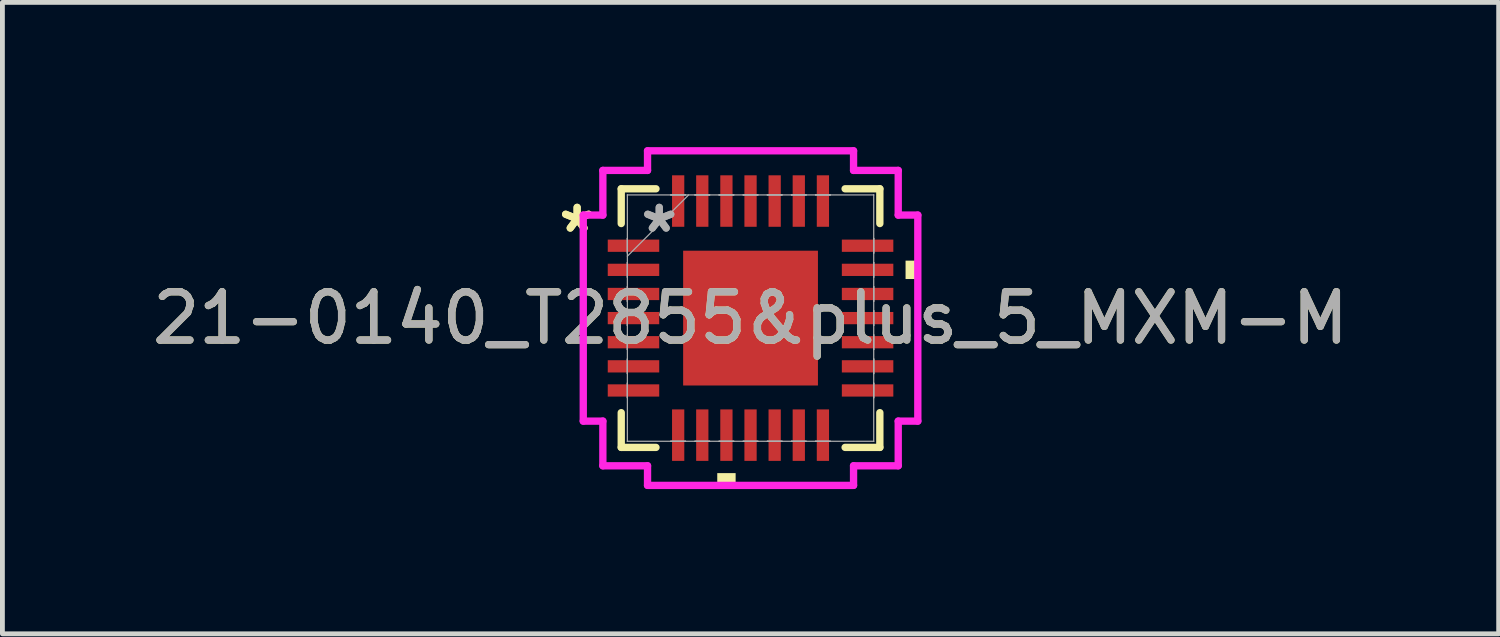
<source format=kicad_pcb>
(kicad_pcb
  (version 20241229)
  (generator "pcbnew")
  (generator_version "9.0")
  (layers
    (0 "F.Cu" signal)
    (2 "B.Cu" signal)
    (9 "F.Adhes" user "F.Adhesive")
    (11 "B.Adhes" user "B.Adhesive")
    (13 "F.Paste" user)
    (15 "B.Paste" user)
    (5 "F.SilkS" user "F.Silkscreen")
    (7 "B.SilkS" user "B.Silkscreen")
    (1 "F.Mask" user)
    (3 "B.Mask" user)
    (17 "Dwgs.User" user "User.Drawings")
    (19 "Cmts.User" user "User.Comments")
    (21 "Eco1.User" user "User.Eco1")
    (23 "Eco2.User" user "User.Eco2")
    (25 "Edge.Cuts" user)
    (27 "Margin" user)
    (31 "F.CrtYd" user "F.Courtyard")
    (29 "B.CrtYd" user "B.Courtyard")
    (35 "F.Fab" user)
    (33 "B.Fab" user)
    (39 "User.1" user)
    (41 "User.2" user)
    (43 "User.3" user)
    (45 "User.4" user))
  (footprint "21-0140_T2855&plus_5_MXM-M"
    (layer "F.Cu")
    (at 12.506 3.543)
    (property "Reference" "21-0140_T2855&plus_5_MXM-M" (at 0 0 0) (unlocked yes) (layer "F.SilkS") (effects (font (size 1 1) (thickness 0.15))))
    (attr smd)
    (fp_line (start -2.68 -2.68) (end -2.68 -1.96) (stroke (width 0.152) (type solid)) (layer "F.SilkS"))
    (fp_line (start -2.68 1.96) (end -2.68 2.68) (stroke (width 0.152) (type solid)) (layer "F.SilkS"))
    (fp_line (start -2.68 2.68) (end -1.96 2.68) (stroke (width 0.152) (type solid)) (layer "F.SilkS"))
    (fp_line (start -1.96 -2.68) (end -2.68 -2.68) (stroke (width 0.152) (type solid)) (layer "F.SilkS"))
    (fp_line (start 1.96 2.68) (end 2.68 2.68) (stroke (width 0.152) (type solid)) (layer "F.SilkS"))
    (fp_line (start 2.68 -2.68) (end 1.96 -2.68) (stroke (width 0.152) (type solid)) (layer "F.SilkS"))
    (fp_line (start 2.68 -1.96) (end 2.68 -2.68) (stroke (width 0.152) (type solid)) (layer "F.SilkS"))
    (fp_line (start 2.68 2.68) (end 2.68 1.96) (stroke (width 0.152) (type solid)) (layer "F.SilkS"))
    (fp_poly (pts (xy -0.69 3.213) (xy -0.69 3.467) (xy -0.309 3.467) (xy -0.309 3.213)) (stroke (width 0) (type solid)) (fill yes) (layer "F.SilkS"))
    (fp_poly (pts (xy 3.467 -1.191) (xy 3.467 -0.81) (xy 3.213 -0.81) (xy 3.213 -1.191)) (stroke (width 0) (type solid)) (fill yes) (layer "F.SilkS"))
    (fp_poly (pts (xy -1.297 -1.297) (xy -1.297 -0.1) (xy -0.1 -0.1) (xy -0.1 -1.297)) (stroke (width 0) (type solid)) (fill yes) (layer "F.Paste"))
    (fp_poly (pts (xy -1.297 0.1) (xy -1.297 1.297) (xy -0.1 1.297) (xy -0.1 0.1)) (stroke (width 0) (type solid)) (fill yes) (layer "F.Paste"))
    (fp_poly (pts (xy 0.1 -1.297) (xy 0.1 -0.1) (xy 1.297 -0.1) (xy 1.297 -1.297)) (stroke (width 0) (type solid)) (fill yes) (layer "F.Paste"))
    (fp_poly (pts (xy 0.1 0.1) (xy 0.1 1.297) (xy 1.297 1.297) (xy 1.297 0.1)) (stroke (width 0) (type solid)) (fill yes) (layer "F.Paste"))
    (fp_line (start -3.467 -2.135) (end -3.061 -2.135) (stroke (width 0.152) (type solid)) (layer "F.CrtYd"))
    (fp_line (start -3.467 2.135) (end -3.467 -2.135) (stroke (width 0.152) (type solid)) (layer "F.CrtYd"))
    (fp_line (start -3.061 -3.061) (end -2.135 -3.061) (stroke (width 0.152) (type solid)) (layer "F.CrtYd"))
    (fp_line (start -3.061 -2.135) (end -3.061 -3.061) (stroke (width 0.152) (type solid)) (layer "F.CrtYd"))
    (fp_line (start -3.061 2.135) (end -3.467 2.135) (stroke (width 0.152) (type solid)) (layer "F.CrtYd"))
    (fp_line (start -3.061 3.061) (end -3.061 2.135) (stroke (width 0.152) (type solid)) (layer "F.CrtYd"))
    (fp_line (start -2.135 -3.467) (end 2.135 -3.467) (stroke (width 0.152) (type solid)) (layer "F.CrtYd"))
    (fp_line (start -2.135 -3.061) (end -2.135 -3.467) (stroke (width 0.152) (type solid)) (layer "F.CrtYd"))
    (fp_line (start -2.135 3.061) (end -3.061 3.061) (stroke (width 0.152) (type solid)) (layer "F.CrtYd"))
    (fp_line (start -2.135 3.467) (end -2.135 3.061) (stroke (width 0.152) (type solid)) (layer "F.CrtYd"))
    (fp_line (start 2.135 -3.467) (end 2.135 -3.061) (stroke (width 0.152) (type solid)) (layer "F.CrtYd"))
    (fp_line (start 2.135 -3.061) (end 3.061 -3.061) (stroke (width 0.152) (type solid)) (layer "F.CrtYd"))
    (fp_line (start 2.135 3.061) (end 2.135 3.467) (stroke (width 0.152) (type solid)) (layer "F.CrtYd"))
    (fp_line (start 2.135 3.467) (end -2.135 3.467) (stroke (width 0.152) (type solid)) (layer "F.CrtYd"))
    (fp_line (start 3.061 -3.061) (end 3.061 -2.135) (stroke (width 0.152) (type solid)) (layer "F.CrtYd"))
    (fp_line (start 3.061 -2.135) (end 3.467 -2.135) (stroke (width 0.152) (type solid)) (layer "F.CrtYd"))
    (fp_line (start 3.061 2.135) (end 3.061 3.061) (stroke (width 0.152) (type solid)) (layer "F.CrtYd"))
    (fp_line (start 3.061 3.061) (end 2.135 3.061) (stroke (width 0.152) (type solid)) (layer "F.CrtYd"))
    (fp_line (start 3.467 -2.135) (end 3.467 2.135) (stroke (width 0.152) (type solid)) (layer "F.CrtYd"))
    (fp_line (start 3.467 2.135) (end 3.061 2.135) (stroke (width 0.152) (type solid)) (layer "F.CrtYd"))
    (fp_line (start -2.553 -2.553) (end -2.553 -2.553) (stroke (width 0.025) (type solid)) (layer "F.Fab"))
    (fp_line (start -2.553 -2.553) (end -2.553 2.553) (stroke (width 0.025) (type solid)) (layer "F.Fab"))
    (fp_line (start -2.553 -1.652) (end -2.553 -1.652) (stroke (width 0.025) (type solid)) (layer "F.Fab"))
    (fp_line (start -2.553 -1.652) (end -2.553 -1.348) (stroke (width 0.025) (type solid)) (layer "F.Fab"))
    (fp_line (start -2.553 -1.348) (end -2.553 -1.652) (stroke (width 0.025) (type solid)) (layer "F.Fab"))
    (fp_line (start -2.553 -1.348) (end -2.553 -1.348) (stroke (width 0.025) (type solid)) (layer "F.Fab"))
    (fp_line (start -2.553 -1.283) (end -1.283 -2.553) (stroke (width 0.025) (type solid)) (layer "F.Fab"))
    (fp_line (start -2.553 -1.152) (end -2.553 -1.152) (stroke (width 0.025) (type solid)) (layer "F.Fab"))
    (fp_line (start -2.553 -1.152) (end -2.553 -0.848) (stroke (width 0.025) (type solid)) (layer "F.Fab"))
    (fp_line (start -2.553 -0.848) (end -2.553 -1.152) (stroke (width 0.025) (type solid)) (layer "F.Fab"))
    (fp_line (start -2.553 -0.848) (end -2.553 -0.848) (stroke (width 0.025) (type solid)) (layer "F.Fab"))
    (fp_line (start -2.553 -0.652) (end -2.553 -0.652) (stroke (width 0.025) (type solid)) (layer "F.Fab"))
    (fp_line (start -2.553 -0.652) (end -2.553 -0.348) (stroke (width 0.025) (type solid)) (layer "F.Fab"))
    (fp_line (start -2.553 -0.348) (end -2.553 -0.652) (stroke (width 0.025) (type solid)) (layer "F.Fab"))
    (fp_line (start -2.553 -0.348) (end -2.553 -0.348) (stroke (width 0.025) (type solid)) (layer "F.Fab"))
    (fp_line (start -2.553 -0.152) (end -2.553 -0.152) (stroke (width 0.025) (type solid)) (layer "F.Fab"))
    (fp_line (start -2.553 -0.152) (end -2.553 0.152) (stroke (width 0.025) (type solid)) (layer "F.Fab"))
    (fp_line (start -2.553 0.152) (end -2.553 -0.152) (stroke (width 0.025) (type solid)) (layer "F.Fab"))
    (fp_line (start -2.553 0.152) (end -2.553 0.152) (stroke (width 0.025) (type solid)) (layer "F.Fab"))
    (fp_line (start -2.553 0.348) (end -2.553 0.348) (stroke (width 0.025) (type solid)) (layer "F.Fab"))
    (fp_line (start -2.553 0.348) (end -2.553 0.652) (stroke (width 0.025) (type solid)) (layer "F.Fab"))
    (fp_line (start -2.553 0.652) (end -2.553 0.348) (stroke (width 0.025) (type solid)) (layer "F.Fab"))
    (fp_line (start -2.553 0.652) (end -2.553 0.652) (stroke (width 0.025) (type solid)) (layer "F.Fab"))
    (fp_line (start -2.553 0.848) (end -2.553 0.848) (stroke (width 0.025) (type solid)) (layer "F.Fab"))
    (fp_line (start -2.553 0.848) (end -2.553 1.152) (stroke (width 0.025) (type solid)) (layer "F.Fab"))
    (fp_line (start -2.553 1.152) (end -2.553 0.848) (stroke (width 0.025) (type solid)) (layer "F.Fab"))
    (fp_line (start -2.553 1.152) (end -2.553 1.152) (stroke (width 0.025) (type solid)) (layer "F.Fab"))
    (fp_line (start -2.553 1.348) (end -2.553 1.348) (stroke (width 0.025) (type solid)) (layer "F.Fab"))
    (fp_line (start -2.553 1.348) (end -2.553 1.652) (stroke (width 0.025) (type solid)) (layer "F.Fab"))
    (fp_line (start -2.553 1.652) (end -2.553 1.348) (stroke (width 0.025) (type solid)) (layer "F.Fab"))
    (fp_line (start -2.553 1.652) (end -2.553 1.652) (stroke (width 0.025) (type solid)) (layer "F.Fab"))
    (fp_line (start -2.553 2.553) (end -2.553 2.553) (stroke (width 0.025) (type solid)) (layer "F.Fab"))
    (fp_line (start -2.553 2.553) (end 2.553 2.553) (stroke (width 0.025) (type solid)) (layer "F.Fab"))
    (fp_line (start -1.652 -2.553) (end -1.652 -2.553) (stroke (width 0.025) (type solid)) (layer "F.Fab"))
    (fp_line (start -1.652 -2.553) (end -1.348 -2.553) (stroke (width 0.025) (type solid)) (layer "F.Fab"))
    (fp_line (start -1.652 2.553) (end -1.652 2.553) (stroke (width 0.025) (type solid)) (layer "F.Fab"))
    (fp_line (start -1.652 2.553) (end -1.348 2.553) (stroke (width 0.025) (type solid)) (layer "F.Fab"))
    (fp_line (start -1.348 -2.553) (end -1.652 -2.553) (stroke (width 0.025) (type solid)) (layer "F.Fab"))
    (fp_line (start -1.348 -2.553) (end -1.348 -2.553) (stroke (width 0.025) (type solid)) (layer "F.Fab"))
    (fp_line (start -1.348 2.553) (end -1.652 2.553) (stroke (width 0.025) (type solid)) (layer "F.Fab"))
    (fp_line (start -1.348 2.553) (end -1.348 2.553) (stroke (width 0.025) (type solid)) (layer "F.Fab"))
    (fp_line (start -1.152 -2.553) (end -1.152 -2.553) (stroke (width 0.025) (type solid)) (layer "F.Fab"))
    (fp_line (start -1.152 -2.553) (end -0.848 -2.553) (stroke (width 0.025) (type solid)) (layer "F.Fab"))
    (fp_line (start -1.152 2.553) (end -1.152 2.553) (stroke (width 0.025) (type solid)) (layer "F.Fab"))
    (fp_line (start -1.152 2.553) (end -0.848 2.553) (stroke (width 0.025) (type solid)) (layer "F.Fab"))
    (fp_line (start -0.848 -2.553) (end -1.152 -2.553) (stroke (width 0.025) (type solid)) (layer "F.Fab"))
    (fp_line (start -0.848 -2.553) (end -0.848 -2.553) (stroke (width 0.025) (type solid)) (layer "F.Fab"))
    (fp_line (start -0.848 2.553) (end -1.152 2.553) (stroke (width 0.025) (type solid)) (layer "F.Fab"))
    (fp_line (start -0.848 2.553) (end -0.848 2.553) (stroke (width 0.025) (type solid)) (layer "F.Fab"))
    (fp_line (start -0.652 -2.553) (end -0.652 -2.553) (stroke (width 0.025) (type solid)) (layer "F.Fab"))
    (fp_line (start -0.652 -2.553) (end -0.348 -2.553) (stroke (width 0.025) (type solid)) (layer "F.Fab"))
    (fp_line (start -0.652 2.553) (end -0.652 2.553) (stroke (width 0.025) (type solid)) (layer "F.Fab"))
    (fp_line (start -0.652 2.553) (end -0.348 2.553) (stroke (width 0.025) (type solid)) (layer "F.Fab"))
    (fp_line (start -0.348 -2.553) (end -0.652 -2.553) (stroke (width 0.025) (type solid)) (layer "F.Fab"))
    (fp_line (start -0.348 -2.553) (end -0.348 -2.553) (stroke (width 0.025) (type solid)) (layer "F.Fab"))
    (fp_line (start -0.348 2.553) (end -0.652 2.553) (stroke (width 0.025) (type solid)) (layer "F.Fab"))
    (fp_line (start -0.348 2.553) (end -0.348 2.553) (stroke (width 0.025) (type solid)) (layer "F.Fab"))
    (fp_line (start -0.152 -2.553) (end -0.152 -2.553) (stroke (width 0.025) (type solid)) (layer "F.Fab"))
    (fp_line (start -0.152 -2.553) (end 0.152 -2.553) (stroke (width 0.025) (type solid)) (layer "F.Fab"))
    (fp_line (start -0.152 2.553) (end -0.152 2.553) (stroke (width 0.025) (type solid)) (layer "F.Fab"))
    (fp_line (start -0.152 2.553) (end 0.152 2.553) (stroke (width 0.025) (type solid)) (layer "F.Fab"))
    (fp_line (start 0.152 -2.553) (end -0.152 -2.553) (stroke (width 0.025) (type solid)) (layer "F.Fab"))
    (fp_line (start 0.152 -2.553) (end 0.152 -2.553) (stroke (width 0.025) (type solid)) (layer "F.Fab"))
    (fp_line (start 0.152 2.553) (end -0.152 2.553) (stroke (width 0.025) (type solid)) (layer "F.Fab"))
    (fp_line (start 0.152 2.553) (end 0.152 2.553) (stroke (width 0.025) (type solid)) (layer "F.Fab"))
    (fp_line (start 0.348 -2.553) (end 0.348 -2.553) (stroke (width 0.025) (type solid)) (layer "F.Fab"))
    (fp_line (start 0.348 -2.553) (end 0.652 -2.553) (stroke (width 0.025) (type solid)) (layer "F.Fab"))
    (fp_line (start 0.348 2.553) (end 0.348 2.553) (stroke (width 0.025) (type solid)) (layer "F.Fab"))
    (fp_line (start 0.348 2.553) (end 0.652 2.553) (stroke (width 0.025) (type solid)) (layer "F.Fab"))
    (fp_line (start 0.652 -2.553) (end 0.348 -2.553) (stroke (width 0.025) (type solid)) (layer "F.Fab"))
    (fp_line (start 0.652 -2.553) (end 0.652 -2.553) (stroke (width 0.025) (type solid)) (layer "F.Fab"))
    (fp_line (start 0.652 2.553) (end 0.348 2.553) (stroke (width 0.025) (type solid)) (layer "F.Fab"))
    (fp_line (start 0.652 2.553) (end 0.652 2.553) (stroke (width 0.025) (type solid)) (layer "F.Fab"))
    (fp_line (start 0.848 -2.553) (end 0.848 -2.553) (stroke (width 0.025) (type solid)) (layer "F.Fab"))
    (fp_line (start 0.848 -2.553) (end 1.152 -2.553) (stroke (width 0.025) (type solid)) (layer "F.Fab"))
    (fp_line (start 0.848 2.553) (end 0.848 2.553) (stroke (width 0.025) (type solid)) (layer "F.Fab"))
    (fp_line (start 0.848 2.553) (end 1.152 2.553) (stroke (width 0.025) (type solid)) (layer "F.Fab"))
    (fp_line (start 1.152 -2.553) (end 0.848 -2.553) (stroke (width 0.025) (type solid)) (layer "F.Fab"))
    (fp_line (start 1.152 -2.553) (end 1.152 -2.553) (stroke (width 0.025) (type solid)) (layer "F.Fab"))
    (fp_line (start 1.152 2.553) (end 0.848 2.553) (stroke (width 0.025) (type solid)) (layer "F.Fab"))
    (fp_line (start 1.152 2.553) (end 1.152 2.553) (stroke (width 0.025) (type solid)) (layer "F.Fab"))
    (fp_line (start 1.348 -2.553) (end 1.348 -2.553) (stroke (width 0.025) (type solid)) (layer "F.Fab"))
    (fp_line (start 1.348 -2.553) (end 1.652 -2.553) (stroke (width 0.025) (type solid)) (layer "F.Fab"))
    (fp_line (start 1.348 2.553) (end 1.348 2.553) (stroke (width 0.025) (type solid)) (layer "F.Fab"))
    (fp_line (start 1.348 2.553) (end 1.652 2.553) (stroke (width 0.025) (type solid)) (layer "F.Fab"))
    (fp_line (start 1.652 -2.553) (end 1.348 -2.553) (stroke (width 0.025) (type solid)) (layer "F.Fab"))
    (fp_line (start 1.652 -2.553) (end 1.652 -2.553) (stroke (width 0.025) (type solid)) (layer "F.Fab"))
    (fp_line (start 1.652 2.553) (end 1.348 2.553) (stroke (width 0.025) (type solid)) (layer "F.Fab"))
    (fp_line (start 1.652 2.553) (end 1.652 2.553) (stroke (width 0.025) (type solid)) (layer "F.Fab"))
    (fp_line (start 2.553 -2.553) (end -2.553 -2.553) (stroke (width 0.025) (type solid)) (layer "F.Fab"))
    (fp_line (start 2.553 -2.553) (end 2.553 -2.553) (stroke (width 0.025) (type solid)) (layer "F.Fab"))
    (fp_line (start 2.553 -1.652) (end 2.553 -1.652) (stroke (width 0.025) (type solid)) (layer "F.Fab"))
    (fp_line (start 2.553 -1.652) (end 2.553 -1.348) (stroke (width 0.025) (type solid)) (layer "F.Fab"))
    (fp_line (start 2.553 -1.348) (end 2.553 -1.652) (stroke (width 0.025) (type solid)) (layer "F.Fab"))
    (fp_line (start 2.553 -1.348) (end 2.553 -1.348) (stroke (width 0.025) (type solid)) (layer "F.Fab"))
    (fp_line (start 2.553 -1.152) (end 2.553 -1.152) (stroke (width 0.025) (type solid)) (layer "F.Fab"))
    (fp_line (start 2.553 -1.152) (end 2.553 -0.848) (stroke (width 0.025) (type solid)) (layer "F.Fab"))
    (fp_line (start 2.553 -0.848) (end 2.553 -1.152) (stroke (width 0.025) (type solid)) (layer "F.Fab"))
    (fp_line (start 2.553 -0.848) (end 2.553 -0.848) (stroke (width 0.025) (type solid)) (layer "F.Fab"))
    (fp_line (start 2.553 -0.652) (end 2.553 -0.652) (stroke (width 0.025) (type solid)) (layer "F.Fab"))
    (fp_line (start 2.553 -0.652) (end 2.553 -0.348) (stroke (width 0.025) (type solid)) (layer "F.Fab"))
    (fp_line (start 2.553 -0.348) (end 2.553 -0.652) (stroke (width 0.025) (type solid)) (layer "F.Fab"))
    (fp_line (start 2.553 -0.348) (end 2.553 -0.348) (stroke (width 0.025) (type solid)) (layer "F.Fab"))
    (fp_line (start 2.553 -0.152) (end 2.553 -0.152) (stroke (width 0.025) (type solid)) (layer "F.Fab"))
    (fp_line (start 2.553 -0.152) (end 2.553 0.152) (stroke (width 0.025) (type solid)) (layer "F.Fab"))
    (fp_line (start 2.553 0.152) (end 2.553 -0.152) (stroke (width 0.025) (type solid)) (layer "F.Fab"))
    (fp_line (start 2.553 0.152) (end 2.553 0.152) (stroke (width 0.025) (type solid)) (layer "F.Fab"))
    (fp_line (start 2.553 0.348) (end 2.553 0.348) (stroke (width 0.025) (type solid)) (layer "F.Fab"))
    (fp_line (start 2.553 0.348) (end 2.553 0.652) (stroke (width 0.025) (type solid)) (layer "F.Fab"))
    (fp_line (start 2.553 0.652) (end 2.553 0.348) (stroke (width 0.025) (type solid)) (layer "F.Fab"))
    (fp_line (start 2.553 0.652) (end 2.553 0.652) (stroke (width 0.025) (type solid)) (layer "F.Fab"))
    (fp_line (start 2.553 0.848) (end 2.553 0.848) (stroke (width 0.025) (type solid)) (layer "F.Fab"))
    (fp_line (start 2.553 0.848) (end 2.553 1.152) (stroke (width 0.025) (type solid)) (layer "F.Fab"))
    (fp_line (start 2.553 1.152) (end 2.553 0.848) (stroke (width 0.025) (type solid)) (layer "F.Fab"))
    (fp_line (start 2.553 1.152) (end 2.553 1.152) (stroke (width 0.025) (type solid)) (layer "F.Fab"))
    (fp_line (start 2.553 1.348) (end 2.553 1.348) (stroke (width 0.025) (type solid)) (layer "F.Fab"))
    (fp_line (start 2.553 1.348) (end 2.553 1.652) (stroke (width 0.025) (type solid)) (layer "F.Fab"))
    (fp_line (start 2.553 1.652) (end 2.553 1.348) (stroke (width 0.025) (type solid)) (layer "F.Fab"))
    (fp_line (start 2.553 1.652) (end 2.553 1.652) (stroke (width 0.025) (type solid)) (layer "F.Fab"))
    (fp_line (start 2.553 2.553) (end 2.553 -2.553) (stroke (width 0.025) (type solid)) (layer "F.Fab"))
    (fp_line (start 2.553 2.553) (end 2.553 2.553) (stroke (width 0.025) (type solid)) (layer "F.Fab"))
    (fp_text user "*" (at -3.594 -1.75 0) (unlocked yes) (layer "F.SilkS") (effects (font (size 1 1) (thickness 0.15))))
    (fp_text user "*" (at -3.594 -1.75 0) (layer "F.SilkS") (effects (font (size 1 1) (thickness 0.15))))
    (fp_text user "*" (at -1.892 -1.75 0) (layer "F.Fab") (effects (font (size 1 1) (thickness 0.15))))
    (fp_text user "*" (at -1.892 -1.75 0) (unlocked yes) (layer "F.Fab") (effects (font (size 1 1) (thickness 0.15))))
    (fp_text user "${REFERENCE}" (at 0 0 0) (unlocked yes) (layer "F.Fab") (effects (font (size 1 1) (thickness 0.15))))
    (pad "1" smd rect (at -2.426 -1.5 90) (size 0.254 1.067) (layers "F.Cu" "F.Mask" "F.Paste"))
    (pad "2" smd rect (at -2.426 -1 90) (size 0.254 1.067) (layers "F.Cu" "F.Mask" "F.Paste"))
    (pad "3" smd rect (at -2.426 -0.5 90) (size 0.254 1.067) (layers "F.Cu" "F.Mask" "F.Paste"))
    (pad "4" smd rect (at -2.426 0 90) (size 0.254 1.067) (layers "F.Cu" "F.Mask" "F.Paste"))
    (pad "5" smd rect (at -2.426 0.5 90) (size 0.254 1.067) (layers "F.Cu" "F.Mask" "F.Paste"))
    (pad "6" smd rect (at -2.426 1 90) (size 0.254 1.067) (layers "F.Cu" "F.Mask" "F.Paste"))
    (pad "7" smd rect (at -2.426 1.5 90) (size 0.254 1.067) (layers "F.Cu" "F.Mask" "F.Paste"))
    (pad "8" smd rect (at -1.5 2.426) (size 0.254 1.067) (layers "F.Cu" "F.Mask" "F.Paste"))
    (pad "9" smd rect (at -1 2.426) (size 0.254 1.067) (layers "F.Cu" "F.Mask" "F.Paste"))
    (pad "10" smd rect (at -0.5 2.426) (size 0.254 1.067) (layers "F.Cu" "F.Mask" "F.Paste"))
    (pad "11" smd rect (at 0 2.426) (size 0.254 1.067) (layers "F.Cu" "F.Mask" "F.Paste"))
    (pad "12" smd rect (at 0.5 2.426) (size 0.254 1.067) (layers "F.Cu" "F.Mask" "F.Paste"))
    (pad "13" smd rect (at 1 2.426) (size 0.254 1.067) (layers "F.Cu" "F.Mask" "F.Paste"))
    (pad "14" smd rect (at 1.5 2.426) (size 0.254 1.067) (layers "F.Cu" "F.Mask" "F.Paste"))
    (pad "15" smd rect (at 2.426 1.5 90) (size 0.254 1.067) (layers "F.Cu" "F.Mask" "F.Paste"))
    (pad "16" smd rect (at 2.426 1 90) (size 0.254 1.067) (layers "F.Cu" "F.Mask" "F.Paste"))
    (pad "17" smd rect (at 2.426 0.5 90) (size 0.254 1.067) (layers "F.Cu" "F.Mask" "F.Paste"))
    (pad "18" smd rect (at 2.426 0 90) (size 0.254 1.067) (layers "F.Cu" "F.Mask" "F.Paste"))
    (pad "19" smd rect (at 2.426 -0.5 90) (size 0.254 1.067) (layers "F.Cu" "F.Mask" "F.Paste"))
    (pad "20" smd rect (at 2.426 -1 90) (size 0.254 1.067) (layers "F.Cu" "F.Mask" "F.Paste"))
    (pad "21" smd rect (at 2.426 -1.5 90) (size 0.254 1.067) (layers "F.Cu" "F.Mask" "F.Paste"))
    (pad "22" smd rect (at 1.5 -2.426) (size 0.254 1.067) (layers "F.Cu" "F.Mask" "F.Paste"))
    (pad "23" smd rect (at 1 -2.426) (size 0.254 1.067) (layers "F.Cu" "F.Mask" "F.Paste"))
    (pad "24" smd rect (at 0.5 -2.426) (size 0.254 1.067) (layers "F.Cu" "F.Mask" "F.Paste"))
    (pad "25" smd rect (at 0 -2.426) (size 0.254 1.067) (layers "F.Cu" "F.Mask" "F.Paste"))
    (pad "26" smd rect (at -0.5 -2.426) (size 0.254 1.067) (layers "F.Cu" "F.Mask" "F.Paste"))
    (pad "27" smd rect (at -1 -2.426) (size 0.254 1.067) (layers "F.Cu" "F.Mask" "F.Paste"))
    (pad "28" smd rect (at -1.5 -2.426) (size 0.254 1.067) (layers "F.Cu" "F.Mask" "F.Paste"))
    (pad "29" smd rect (at 0 0) (size 2.794 2.794) (layers "F.Cu" "F.Mask" "F.Paste")))
  (gr_rect
    (start -3 -3)
    (end 28.012 10.087)
    (stroke (width 0.1) (type default))
    (fill no)
    (layer "Edge.Cuts")))
</source>
